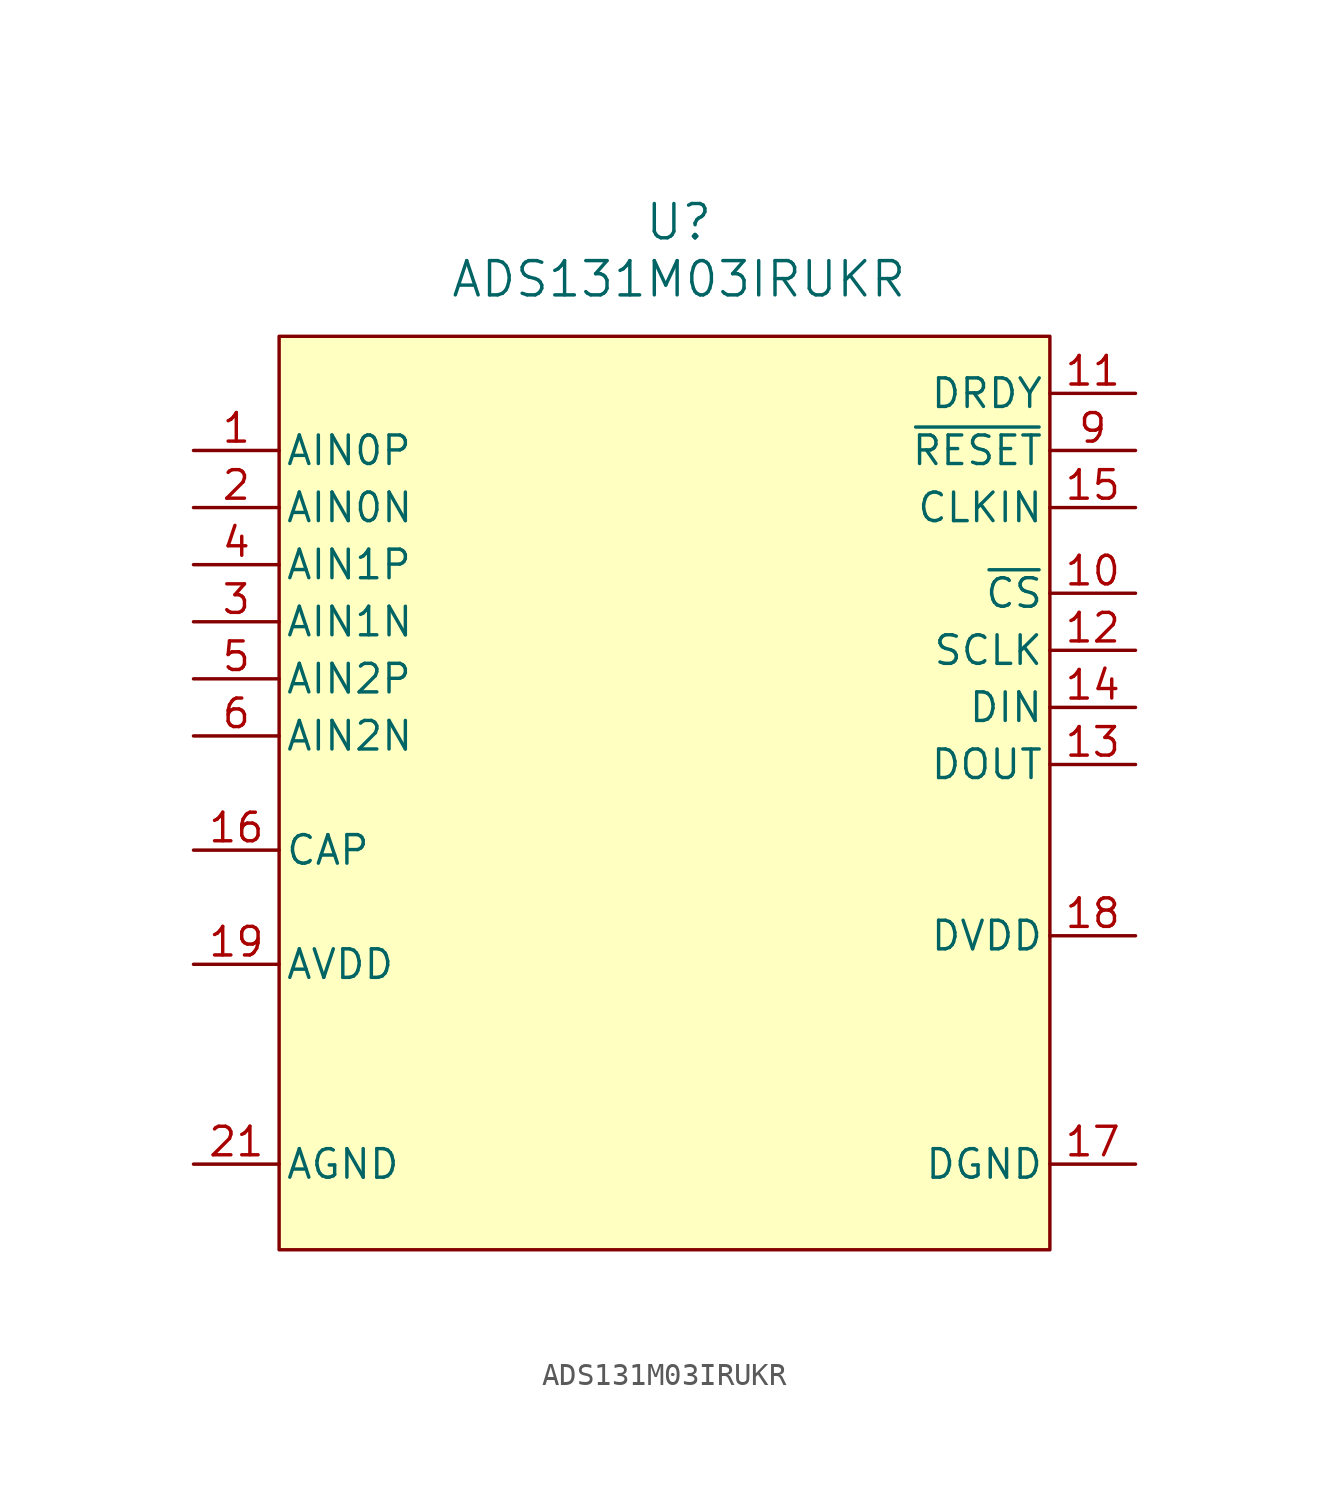
<source format=kicad_sym>
(kicad_symbol_lib
  (version 20231120)
  (generator "kicad_symbol_editor")
  (generator_version "8.0")
  (symbol "ADS131M03IRUKR"
    (pin_names
      (offset 0.254))
    (property "Reference" "U"
      (at 0 24.13 0)
      (effects (font (size 1.524 1.524))))
    (property "Value" "ADS131M03IRUKR"
      (at 0 21.59 0)
      (effects (font (size 1.524 1.524))))
    (property "ki_locked" ""
      (at 0 0 0)
      (effects (font (size 1.27 1.27))))
    (symbol "ADS131M03IRUKR_1_1"
      (rectangle (start -17.78 19.05) (end 16.51 -21.59) (stroke (width 0) (type default)) (fill (type background)))
      (pin input line (at -21.59 13.97 0) (length 3.81) (name "AIN0P" (effects (font (size 1.27 1.27)))) (number "1" (effects (font (size 1.27 1.27)))))
      (pin input line (at 20.32 7.62 180) (length 3.81) (name "~{CS}" (effects (font (size 1.27 1.27)))) (number "10" (effects (font (size 1.27 1.27)))))
      (pin output line (at 20.32 16.51 180) (length 3.81) (name "DRDY" (effects (font (size 1.27 1.27)))) (number "11" (effects (font (size 1.27 1.27)))))
      (pin input line (at 20.32 5.08 180) (length 3.81) (name "SCLK" (effects (font (size 1.27 1.27)))) (number "12" (effects (font (size 1.27 1.27)))))
      (pin output line (at 20.32 0 180) (length 3.81) (name "DOUT" (effects (font (size 1.27 1.27)))) (number "13" (effects (font (size 1.27 1.27)))))
      (pin input line (at 20.32 2.54 180) (length 3.81) (name "DIN" (effects (font (size 1.27 1.27)))) (number "14" (effects (font (size 1.27 1.27)))))
      (pin input line (at 20.32 11.43 180) (length 3.81) (name "CLKIN" (effects (font (size 1.27 1.27)))) (number "15" (effects (font (size 1.27 1.27)))))
      (pin passive line (at -21.59 -3.81 0) (length 3.81) (name "CAP" (effects (font (size 1.27 1.27)))) (number "16" (effects (font (size 1.27 1.27)))))
      (pin power_in line (at 20.32 -17.78 180) (length 3.81) (name "DGND" (effects (font (size 1.27 1.27)))) (number "17" (effects (font (size 1.27 1.27)))))
      (pin power_in line (at 20.32 -7.62 180) (length 3.81) (name "DVDD" (effects (font (size 1.27 1.27)))) (number "18" (effects (font (size 1.27 1.27)))))
      (pin power_in line (at -21.59 -8.89 0) (length 3.81) (name "AVDD" (effects (font (size 1.27 1.27)))) (number "19" (effects (font (size 1.27 1.27)))))
      (pin input line (at -21.59 11.43 0) (length 3.81) (name "AIN0N" (effects (font (size 1.27 1.27)))) (number "2" (effects (font (size 1.27 1.27)))))
      (pin power_in line (at -21.59 -17.78 0) (length 3.81) hide (name "AGND" (effects (font (size 1.27 1.27)))) (number "20" (effects (font (size 1.27 1.27)))))
      (pin power_in line (at -21.59 -17.78 0) (length 3.81) (name "AGND" (effects (font (size 1.27 1.27)))) (number "21" (effects (font (size 1.27 1.27)))))
      (pin input line (at -21.59 6.35 0) (length 3.81) (name "AIN1N" (effects (font (size 1.27 1.27)))) (number "3" (effects (font (size 1.27 1.27)))))
      (pin input line (at -21.59 8.89 0) (length 3.81) (name "AIN1P" (effects (font (size 1.27 1.27)))) (number "4" (effects (font (size 1.27 1.27)))))
      (pin input line (at -21.59 3.81 0) (length 3.81) (name "AIN2P" (effects (font (size 1.27 1.27)))) (number "5" (effects (font (size 1.27 1.27)))))
      (pin input line (at -21.59 1.27 0) (length 3.81) (name "AIN2N" (effects (font (size 1.27 1.27)))) (number "6" (effects (font (size 1.27 1.27)))))
      (pin no_connect line (at 0 -5.08 90) (length 3.81) hide (name "NC" (effects (font (size 1.27 1.27)))) (number "7" (effects (font (size 1.27 1.27)))))
      (pin no_connect line (at 0 6.35 90) (length 3.81) hide (name "NC" (effects (font (size 1.27 1.27)))) (number "8" (effects (font (size 1.27 1.27)))))
      (pin input line (at 20.32 13.97 180) (length 3.81) (name "~{RESET}" (effects (font (size 1.27 1.27)))) (number "9" (effects (font (size 1.27 1.27)))) (alternate "~{SYNC}" input line)))))
</source>
